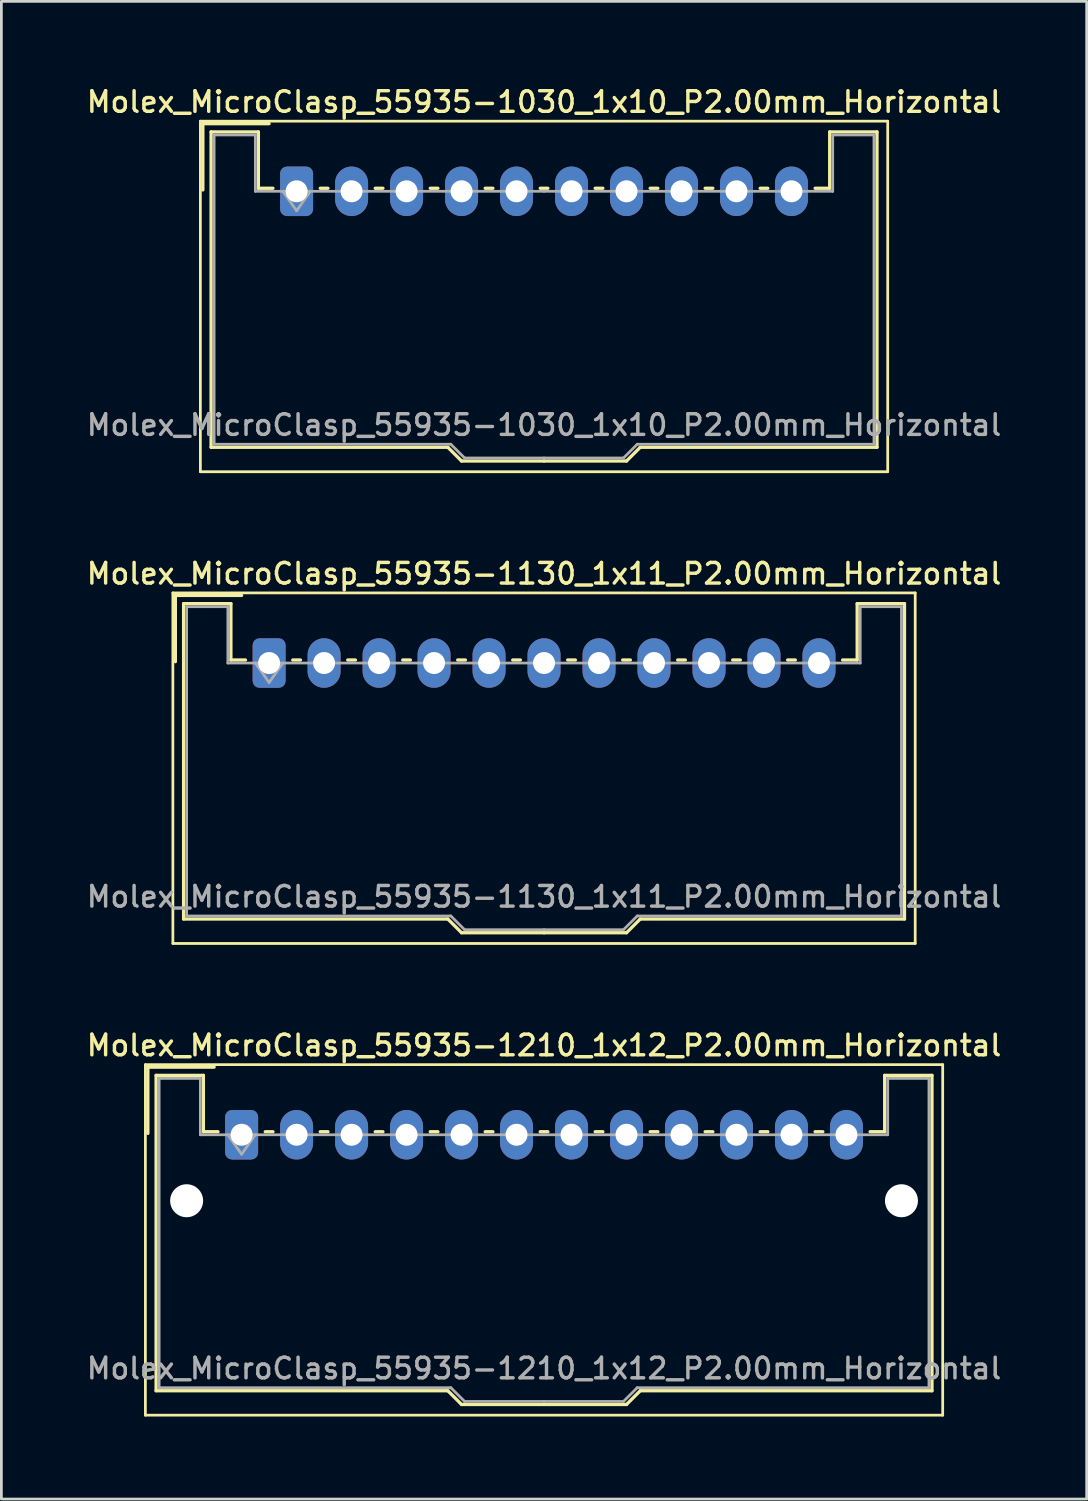
<source format=kicad_pcb>
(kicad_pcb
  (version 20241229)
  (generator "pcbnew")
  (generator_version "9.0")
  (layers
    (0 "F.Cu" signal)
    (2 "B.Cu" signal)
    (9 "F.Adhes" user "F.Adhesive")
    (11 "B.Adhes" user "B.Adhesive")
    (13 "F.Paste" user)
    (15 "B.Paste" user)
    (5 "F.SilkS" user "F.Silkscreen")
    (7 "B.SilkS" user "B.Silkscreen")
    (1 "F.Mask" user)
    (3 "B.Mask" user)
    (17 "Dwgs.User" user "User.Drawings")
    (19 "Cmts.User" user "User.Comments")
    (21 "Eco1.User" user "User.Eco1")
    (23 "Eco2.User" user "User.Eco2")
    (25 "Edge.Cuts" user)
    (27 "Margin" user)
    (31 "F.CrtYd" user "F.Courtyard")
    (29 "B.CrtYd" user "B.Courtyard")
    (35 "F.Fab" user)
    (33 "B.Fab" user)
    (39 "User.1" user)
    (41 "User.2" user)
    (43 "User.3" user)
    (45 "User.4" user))
  (footprint "Molex_MicroClasp_55935-1210_1x12_P2.00mm_Horizontal"
    (layer "F.Cu")
    (at 5.738 38.224)
    (property "Reference" "Molex_MicroClasp_55935-1210_1x12_P2.00mm_Horizontal" (at 11 -3.25 0) (layer "F.SilkS") (effects (font (size 0.75 0.75) (thickness 0.125))))
    (attr through_hole)
    (fp_line (start -3.5 -2.55) (end -3.5 10.2) (stroke (width 0.1) (type solid)) (layer "F.SilkS"))
    (fp_line (start -3.5 10.2) (end 25.5 10.2) (stroke (width 0.1) (type solid)) (layer "F.SilkS"))
    (fp_line (start -3.41 -2.46) (end -1 -2.46) (stroke (width 0.12) (type solid)) (layer "F.SilkS"))
    (fp_line (start -3.41 -0.05) (end -3.41 -2.46) (stroke (width 0.12) (type solid)) (layer "F.SilkS"))
    (fp_line (start -3.11 -2.16) (end -1.39 -2.16) (stroke (width 0.12) (type solid)) (layer "F.SilkS"))
    (fp_line (start -3.11 9.31) (end -3.11 -2.16) (stroke (width 0.12) (type solid)) (layer "F.SilkS"))
    (fp_line (start -1.39 -2.16) (end -1.39 -0.11) (stroke (width 0.12) (type solid)) (layer "F.SilkS"))
    (fp_line (start -1.39 -0.11) (end -0.86 -0.11) (stroke (width 0.12) (type solid)) (layer "F.SilkS"))
    (fp_line (start 0.86 -0.11) (end 1.14 -0.11) (stroke (width 0.12) (type solid)) (layer "F.SilkS"))
    (fp_line (start 2.86 -0.11) (end 3.14 -0.11) (stroke (width 0.12) (type solid)) (layer "F.SilkS"))
    (fp_line (start 4.86 -0.11) (end 5.14 -0.11) (stroke (width 0.12) (type solid)) (layer "F.SilkS"))
    (fp_line (start 6.86 -0.11) (end 7.14 -0.11) (stroke (width 0.12) (type solid)) (layer "F.SilkS"))
    (fp_line (start 7.5 9.31) (end -3.11 9.31) (stroke (width 0.12) (type solid)) (layer "F.SilkS"))
    (fp_line (start 8 9.81) (end 7.5 9.31) (stroke (width 0.12) (type solid)) (layer "F.SilkS"))
    (fp_line (start 8.86 -0.11) (end 9.14 -0.11) (stroke (width 0.12) (type solid)) (layer "F.SilkS"))
    (fp_line (start 10.86 -0.11) (end 11.14 -0.11) (stroke (width 0.12) (type solid)) (layer "F.SilkS"))
    (fp_line (start 11 9.81) (end 8 9.81) (stroke (width 0.12) (type solid)) (layer "F.SilkS"))
    (fp_line (start 11 9.81) (end 14 9.81) (stroke (width 0.12) (type solid)) (layer "F.SilkS"))
    (fp_line (start 12.86 -0.11) (end 13.14 -0.11) (stroke (width 0.12) (type solid)) (layer "F.SilkS"))
    (fp_line (start 14 9.81) (end 14.5 9.31) (stroke (width 0.12) (type solid)) (layer "F.SilkS"))
    (fp_line (start 14.5 9.31) (end 25.11 9.31) (stroke (width 0.12) (type solid)) (layer "F.SilkS"))
    (fp_line (start 14.86 -0.11) (end 15.14 -0.11) (stroke (width 0.12) (type solid)) (layer "F.SilkS"))
    (fp_line (start 16.86 -0.11) (end 17.14 -0.11) (stroke (width 0.12) (type solid)) (layer "F.SilkS"))
    (fp_line (start 18.86 -0.11) (end 19.14 -0.11) (stroke (width 0.12) (type solid)) (layer "F.SilkS"))
    (fp_line (start 20.86 -0.11) (end 21.14 -0.11) (stroke (width 0.12) (type solid)) (layer "F.SilkS"))
    (fp_line (start 23.39 -2.16) (end 23.39 -0.11) (stroke (width 0.12) (type solid)) (layer "F.SilkS"))
    (fp_line (start 23.39 -0.11) (end 22.86 -0.11) (stroke (width 0.12) (type solid)) (layer "F.SilkS"))
    (fp_line (start 25.11 -2.16) (end 23.39 -2.16) (stroke (width 0.12) (type solid)) (layer "F.SilkS"))
    (fp_line (start 25.11 9.31) (end 25.11 -2.16) (stroke (width 0.12) (type solid)) (layer "F.SilkS"))
    (fp_line (start 25.5 -2.55) (end -3.5 -2.55) (stroke (width 0.1) (type solid)) (layer "F.SilkS"))
    (fp_line (start 25.5 10.2) (end 25.5 -2.55) (stroke (width 0.1) (type solid)) (layer "F.SilkS"))
    (fp_line (start -3 -2.05) (end -1.5 -2.05) (stroke (width 0.1) (type solid)) (layer "F.Fab"))
    (fp_line (start -3 9.2) (end -3 -2.05) (stroke (width 0.1) (type solid)) (layer "F.Fab"))
    (fp_line (start -1.5 -2.05) (end -1.5 0) (stroke (width 0.1) (type solid)) (layer "F.Fab"))
    (fp_line (start -1.5 0) (end 11 0) (stroke (width 0.1) (type solid)) (layer "F.Fab"))
    (fp_line (start -0.5 0) (end 0 0.707) (stroke (width 0.1) (type solid)) (layer "F.Fab"))
    (fp_line (start 0 0.707) (end 0.5 0) (stroke (width 0.1) (type solid)) (layer "F.Fab"))
    (fp_line (start 7.61 9.2) (end -3 9.2) (stroke (width 0.1) (type solid)) (layer "F.Fab"))
    (fp_line (start 8.11 9.7) (end 7.61 9.2) (stroke (width 0.1) (type solid)) (layer "F.Fab"))
    (fp_line (start 11 9.7) (end 8.11 9.7) (stroke (width 0.1) (type solid)) (layer "F.Fab"))
    (fp_line (start 11 9.7) (end 13.89 9.7) (stroke (width 0.1) (type solid)) (layer "F.Fab"))
    (fp_line (start 13.89 9.7) (end 14.39 9.2) (stroke (width 0.1) (type solid)) (layer "F.Fab"))
    (fp_line (start 14.39 9.2) (end 25 9.2) (stroke (width 0.1) (type solid)) (layer "F.Fab"))
    (fp_line (start 23.5 -2.05) (end 23.5 0) (stroke (width 0.1) (type solid)) (layer "F.Fab"))
    (fp_line (start 23.5 0) (end 11 0) (stroke (width 0.1) (type solid)) (layer "F.Fab"))
    (fp_line (start 25 -2.05) (end 23.5 -2.05) (stroke (width 0.1) (type solid)) (layer "F.Fab"))
    (fp_line (start 25 9.2) (end 25 -2.05) (stroke (width 0.1) (type solid)) (layer "F.Fab"))
    (fp_text user "${REFERENCE}" (at 11 8.5 0) (layer "F.Fab") (effects (font (size 0.75 0.75) (thickness 0.125))))
    (pad "" np_thru_hole circle (at -2 2.4) (size 1.2 1.2) (drill 1.2) (layers "*.Cu" "*.Mask"))
    (pad "" np_thru_hole circle (at 24 2.4) (size 1.2 1.2) (drill 1.2) (layers "*.Cu" "*.Mask"))
    (pad "1" thru_hole roundrect (at 0 0) (size 1.2 1.8) (drill 0.8) (layers "*.Cu" "*.Mask") (roundrect_rratio 0.208))
    (pad "2" thru_hole oval (at 2 0) (size 1.2 1.8) (drill 0.8) (layers "*.Cu" "*.Mask"))
    (pad "3" thru_hole oval (at 4 0) (size 1.2 1.8) (drill 0.8) (layers "*.Cu" "*.Mask"))
    (pad "4" thru_hole oval (at 6 0) (size 1.2 1.8) (drill 0.8) (layers "*.Cu" "*.Mask"))
    (pad "5" thru_hole oval (at 8 0) (size 1.2 1.8) (drill 0.8) (layers "*.Cu" "*.Mask"))
    (pad "6" thru_hole oval (at 10 0) (size 1.2 1.8) (drill 0.8) (layers "*.Cu" "*.Mask"))
    (pad "7" thru_hole oval (at 12 0) (size 1.2 1.8) (drill 0.8) (layers "*.Cu" "*.Mask"))
    (pad "8" thru_hole oval (at 14 0) (size 1.2 1.8) (drill 0.8) (layers "*.Cu" "*.Mask"))
    (pad "9" thru_hole oval (at 16 0) (size 1.2 1.8) (drill 0.8) (layers "*.Cu" "*.Mask"))
    (pad "10" thru_hole oval (at 18 0) (size 1.2 1.8) (drill 0.8) (layers "*.Cu" "*.Mask"))
    (pad "11" thru_hole oval (at 20 0) (size 1.2 1.8) (drill 0.8) (layers "*.Cu" "*.Mask"))
    (pad "12" thru_hole oval (at 22 0) (size 1.2 1.8) (drill 0.8) (layers "*.Cu" "*.Mask")))
  (footprint "Molex_MicroClasp_55935-1030_1x10_P2.00mm_Horizontal"
    (layer "F.Cu")
    (at 7.738 3.908)
    (property "Reference" "Molex_MicroClasp_55935-1030_1x10_P2.00mm_Horizontal" (at 9 -3.25 0) (layer "F.SilkS") (effects (font (size 0.75 0.75) (thickness 0.125))))
    (attr through_hole)
    (fp_line (start -3.5 -2.55) (end -3.5 10.2) (stroke (width 0.1) (type solid)) (layer "F.SilkS"))
    (fp_line (start -3.5 10.2) (end 21.5 10.2) (stroke (width 0.1) (type solid)) (layer "F.SilkS"))
    (fp_line (start -3.41 -2.46) (end -1 -2.46) (stroke (width 0.12) (type solid)) (layer "F.SilkS"))
    (fp_line (start -3.41 -0.05) (end -3.41 -2.46) (stroke (width 0.12) (type solid)) (layer "F.SilkS"))
    (fp_line (start -3.11 -2.16) (end -1.39 -2.16) (stroke (width 0.12) (type solid)) (layer "F.SilkS"))
    (fp_line (start -3.11 9.31) (end -3.11 -2.16) (stroke (width 0.12) (type solid)) (layer "F.SilkS"))
    (fp_line (start -1.39 -2.16) (end -1.39 -0.11) (stroke (width 0.12) (type solid)) (layer "F.SilkS"))
    (fp_line (start -1.39 -0.11) (end -0.86 -0.11) (stroke (width 0.12) (type solid)) (layer "F.SilkS"))
    (fp_line (start 0.86 -0.11) (end 1.14 -0.11) (stroke (width 0.12) (type solid)) (layer "F.SilkS"))
    (fp_line (start 2.86 -0.11) (end 3.14 -0.11) (stroke (width 0.12) (type solid)) (layer "F.SilkS"))
    (fp_line (start 4.86 -0.11) (end 5.14 -0.11) (stroke (width 0.12) (type solid)) (layer "F.SilkS"))
    (fp_line (start 5.5 9.31) (end -3.11 9.31) (stroke (width 0.12) (type solid)) (layer "F.SilkS"))
    (fp_line (start 6 9.81) (end 5.5 9.31) (stroke (width 0.12) (type solid)) (layer "F.SilkS"))
    (fp_line (start 6.86 -0.11) (end 7.14 -0.11) (stroke (width 0.12) (type solid)) (layer "F.SilkS"))
    (fp_line (start 8.86 -0.11) (end 9.14 -0.11) (stroke (width 0.12) (type solid)) (layer "F.SilkS"))
    (fp_line (start 9 9.81) (end 6 9.81) (stroke (width 0.12) (type solid)) (layer "F.SilkS"))
    (fp_line (start 9 9.81) (end 12 9.81) (stroke (width 0.12) (type solid)) (layer "F.SilkS"))
    (fp_line (start 10.86 -0.11) (end 11.14 -0.11) (stroke (width 0.12) (type solid)) (layer "F.SilkS"))
    (fp_line (start 12 9.81) (end 12.5 9.31) (stroke (width 0.12) (type solid)) (layer "F.SilkS"))
    (fp_line (start 12.5 9.31) (end 21.11 9.31) (stroke (width 0.12) (type solid)) (layer "F.SilkS"))
    (fp_line (start 12.86 -0.11) (end 13.14 -0.11) (stroke (width 0.12) (type solid)) (layer "F.SilkS"))
    (fp_line (start 14.86 -0.11) (end 15.14 -0.11) (stroke (width 0.12) (type solid)) (layer "F.SilkS"))
    (fp_line (start 16.86 -0.11) (end 17.14 -0.11) (stroke (width 0.12) (type solid)) (layer "F.SilkS"))
    (fp_line (start 19.39 -2.16) (end 19.39 -0.11) (stroke (width 0.12) (type solid)) (layer "F.SilkS"))
    (fp_line (start 19.39 -0.11) (end 18.86 -0.11) (stroke (width 0.12) (type solid)) (layer "F.SilkS"))
    (fp_line (start 21.11 -2.16) (end 19.39 -2.16) (stroke (width 0.12) (type solid)) (layer "F.SilkS"))
    (fp_line (start 21.11 9.31) (end 21.11 -2.16) (stroke (width 0.12) (type solid)) (layer "F.SilkS"))
    (fp_line (start 21.5 -2.55) (end -3.5 -2.55) (stroke (width 0.1) (type solid)) (layer "F.SilkS"))
    (fp_line (start 21.5 10.2) (end 21.5 -2.55) (stroke (width 0.1) (type solid)) (layer "F.SilkS"))
    (fp_line (start -3 -2.05) (end -1.5 -2.05) (stroke (width 0.1) (type solid)) (layer "F.Fab"))
    (fp_line (start -3 9.2) (end -3 -2.05) (stroke (width 0.1) (type solid)) (layer "F.Fab"))
    (fp_line (start -1.5 -2.05) (end -1.5 0) (stroke (width 0.1) (type solid)) (layer "F.Fab"))
    (fp_line (start -1.5 0) (end 9 0) (stroke (width 0.1) (type solid)) (layer "F.Fab"))
    (fp_line (start -0.5 0) (end 0 0.707) (stroke (width 0.1) (type solid)) (layer "F.Fab"))
    (fp_line (start 0 0.707) (end 0.5 0) (stroke (width 0.1) (type solid)) (layer "F.Fab"))
    (fp_line (start 5.61 9.2) (end -3 9.2) (stroke (width 0.1) (type solid)) (layer "F.Fab"))
    (fp_line (start 6.11 9.7) (end 5.61 9.2) (stroke (width 0.1) (type solid)) (layer "F.Fab"))
    (fp_line (start 9 9.7) (end 6.11 9.7) (stroke (width 0.1) (type solid)) (layer "F.Fab"))
    (fp_line (start 9 9.7) (end 11.89 9.7) (stroke (width 0.1) (type solid)) (layer "F.Fab"))
    (fp_line (start 11.89 9.7) (end 12.39 9.2) (stroke (width 0.1) (type solid)) (layer "F.Fab"))
    (fp_line (start 12.39 9.2) (end 21 9.2) (stroke (width 0.1) (type solid)) (layer "F.Fab"))
    (fp_line (start 19.5 -2.05) (end 19.5 0) (stroke (width 0.1) (type solid)) (layer "F.Fab"))
    (fp_line (start 19.5 0) (end 9 0) (stroke (width 0.1) (type solid)) (layer "F.Fab"))
    (fp_line (start 21 -2.05) (end 19.5 -2.05) (stroke (width 0.1) (type solid)) (layer "F.Fab"))
    (fp_line (start 21 9.2) (end 21 -2.05) (stroke (width 0.1) (type solid)) (layer "F.Fab"))
    (fp_text user "${REFERENCE}" (at 9 8.5 0) (layer "F.Fab") (effects (font (size 0.75 0.75) (thickness 0.125))))
    (pad "1" thru_hole roundrect (at 0 0) (size 1.2 1.8) (drill 0.8) (layers "*.Cu" "*.Mask") (roundrect_rratio 0.208))
    (pad "2" thru_hole oval (at 2 0) (size 1.2 1.8) (drill 0.8) (layers "*.Cu" "*.Mask"))
    (pad "3" thru_hole oval (at 4 0) (size 1.2 1.8) (drill 0.8) (layers "*.Cu" "*.Mask"))
    (pad "4" thru_hole oval (at 6 0) (size 1.2 1.8) (drill 0.8) (layers "*.Cu" "*.Mask"))
    (pad "5" thru_hole oval (at 8 0) (size 1.2 1.8) (drill 0.8) (layers "*.Cu" "*.Mask"))
    (pad "6" thru_hole oval (at 10 0) (size 1.2 1.8) (drill 0.8) (layers "*.Cu" "*.Mask"))
    (pad "7" thru_hole oval (at 12 0) (size 1.2 1.8) (drill 0.8) (layers "*.Cu" "*.Mask"))
    (pad "8" thru_hole oval (at 14 0) (size 1.2 1.8) (drill 0.8) (layers "*.Cu" "*.Mask"))
    (pad "9" thru_hole oval (at 16 0) (size 1.2 1.8) (drill 0.8) (layers "*.Cu" "*.Mask"))
    (pad "10" thru_hole oval (at 18 0) (size 1.2 1.8) (drill 0.8) (layers "*.Cu" "*.Mask")))
  (footprint "Molex_MicroClasp_55935-1130_1x11_P2.00mm_Horizontal"
    (layer "F.Cu")
    (at 6.738 21.066)
    (property "Reference" "Molex_MicroClasp_55935-1130_1x11_P2.00mm_Horizontal" (at 10 -3.25 0) (layer "F.SilkS") (effects (font (size 0.75 0.75) (thickness 0.125))))
    (attr through_hole)
    (fp_line (start -3.5 -2.55) (end -3.5 10.2) (stroke (width 0.1) (type solid)) (layer "F.SilkS"))
    (fp_line (start -3.5 10.2) (end 23.5 10.2) (stroke (width 0.1) (type solid)) (layer "F.SilkS"))
    (fp_line (start -3.41 -2.46) (end -1 -2.46) (stroke (width 0.12) (type solid)) (layer "F.SilkS"))
    (fp_line (start -3.41 -0.05) (end -3.41 -2.46) (stroke (width 0.12) (type solid)) (layer "F.SilkS"))
    (fp_line (start -3.11 -2.16) (end -1.39 -2.16) (stroke (width 0.12) (type solid)) (layer "F.SilkS"))
    (fp_line (start -3.11 9.31) (end -3.11 -2.16) (stroke (width 0.12) (type solid)) (layer "F.SilkS"))
    (fp_line (start -1.39 -2.16) (end -1.39 -0.11) (stroke (width 0.12) (type solid)) (layer "F.SilkS"))
    (fp_line (start -1.39 -0.11) (end -0.86 -0.11) (stroke (width 0.12) (type solid)) (layer "F.SilkS"))
    (fp_line (start 0.86 -0.11) (end 1.14 -0.11) (stroke (width 0.12) (type solid)) (layer "F.SilkS"))
    (fp_line (start 2.86 -0.11) (end 3.14 -0.11) (stroke (width 0.12) (type solid)) (layer "F.SilkS"))
    (fp_line (start 4.86 -0.11) (end 5.14 -0.11) (stroke (width 0.12) (type solid)) (layer "F.SilkS"))
    (fp_line (start 6.5 9.31) (end -3.11 9.31) (stroke (width 0.12) (type solid)) (layer "F.SilkS"))
    (fp_line (start 6.86 -0.11) (end 7.14 -0.11) (stroke (width 0.12) (type solid)) (layer "F.SilkS"))
    (fp_line (start 7 9.81) (end 6.5 9.31) (stroke (width 0.12) (type solid)) (layer "F.SilkS"))
    (fp_line (start 8.86 -0.11) (end 9.14 -0.11) (stroke (width 0.12) (type solid)) (layer "F.SilkS"))
    (fp_line (start 10 9.81) (end 7 9.81) (stroke (width 0.12) (type solid)) (layer "F.SilkS"))
    (fp_line (start 10 9.81) (end 13 9.81) (stroke (width 0.12) (type solid)) (layer "F.SilkS"))
    (fp_line (start 10.86 -0.11) (end 11.14 -0.11) (stroke (width 0.12) (type solid)) (layer "F.SilkS"))
    (fp_line (start 12.86 -0.11) (end 13.14 -0.11) (stroke (width 0.12) (type solid)) (layer "F.SilkS"))
    (fp_line (start 13 9.81) (end 13.5 9.31) (stroke (width 0.12) (type solid)) (layer "F.SilkS"))
    (fp_line (start 13.5 9.31) (end 23.11 9.31) (stroke (width 0.12) (type solid)) (layer "F.SilkS"))
    (fp_line (start 14.86 -0.11) (end 15.14 -0.11) (stroke (width 0.12) (type solid)) (layer "F.SilkS"))
    (fp_line (start 16.86 -0.11) (end 17.14 -0.11) (stroke (width 0.12) (type solid)) (layer "F.SilkS"))
    (fp_line (start 18.86 -0.11) (end 19.14 -0.11) (stroke (width 0.12) (type solid)) (layer "F.SilkS"))
    (fp_line (start 21.39 -2.16) (end 21.39 -0.11) (stroke (width 0.12) (type solid)) (layer "F.SilkS"))
    (fp_line (start 21.39 -0.11) (end 20.86 -0.11) (stroke (width 0.12) (type solid)) (layer "F.SilkS"))
    (fp_line (start 23.11 -2.16) (end 21.39 -2.16) (stroke (width 0.12) (type solid)) (layer "F.SilkS"))
    (fp_line (start 23.11 9.31) (end 23.11 -2.16) (stroke (width 0.12) (type solid)) (layer "F.SilkS"))
    (fp_line (start 23.5 -2.55) (end -3.5 -2.55) (stroke (width 0.1) (type solid)) (layer "F.SilkS"))
    (fp_line (start 23.5 10.2) (end 23.5 -2.55) (stroke (width 0.1) (type solid)) (layer "F.SilkS"))
    (fp_line (start -3 -2.05) (end -1.5 -2.05) (stroke (width 0.1) (type solid)) (layer "F.Fab"))
    (fp_line (start -3 9.2) (end -3 -2.05) (stroke (width 0.1) (type solid)) (layer "F.Fab"))
    (fp_line (start -1.5 -2.05) (end -1.5 0) (stroke (width 0.1) (type solid)) (layer "F.Fab"))
    (fp_line (start -1.5 0) (end 10 0) (stroke (width 0.1) (type solid)) (layer "F.Fab"))
    (fp_line (start -0.5 0) (end 0 0.707) (stroke (width 0.1) (type solid)) (layer "F.Fab"))
    (fp_line (start 0 0.707) (end 0.5 0) (stroke (width 0.1) (type solid)) (layer "F.Fab"))
    (fp_line (start 6.61 9.2) (end -3 9.2) (stroke (width 0.1) (type solid)) (layer "F.Fab"))
    (fp_line (start 7.11 9.7) (end 6.61 9.2) (stroke (width 0.1) (type solid)) (layer "F.Fab"))
    (fp_line (start 10 9.7) (end 7.11 9.7) (stroke (width 0.1) (type solid)) (layer "F.Fab"))
    (fp_line (start 10 9.7) (end 12.89 9.7) (stroke (width 0.1) (type solid)) (layer "F.Fab"))
    (fp_line (start 12.89 9.7) (end 13.39 9.2) (stroke (width 0.1) (type solid)) (layer "F.Fab"))
    (fp_line (start 13.39 9.2) (end 23 9.2) (stroke (width 0.1) (type solid)) (layer "F.Fab"))
    (fp_line (start 21.5 -2.05) (end 21.5 0) (stroke (width 0.1) (type solid)) (layer "F.Fab"))
    (fp_line (start 21.5 0) (end 10 0) (stroke (width 0.1) (type solid)) (layer "F.Fab"))
    (fp_line (start 23 -2.05) (end 21.5 -2.05) (stroke (width 0.1) (type solid)) (layer "F.Fab"))
    (fp_line (start 23 9.2) (end 23 -2.05) (stroke (width 0.1) (type solid)) (layer "F.Fab"))
    (fp_text user "${REFERENCE}" (at 10 8.5 0) (layer "F.Fab") (effects (font (size 0.75 0.75) (thickness 0.125))))
    (pad "1" thru_hole roundrect (at 0 0) (size 1.2 1.8) (drill 0.8) (layers "*.Cu" "*.Mask") (roundrect_rratio 0.208))
    (pad "2" thru_hole oval (at 2 0) (size 1.2 1.8) (drill 0.8) (layers "*.Cu" "*.Mask"))
    (pad "3" thru_hole oval (at 4 0) (size 1.2 1.8) (drill 0.8) (layers "*.Cu" "*.Mask"))
    (pad "4" thru_hole oval (at 6 0) (size 1.2 1.8) (drill 0.8) (layers "*.Cu" "*.Mask"))
    (pad "5" thru_hole oval (at 8 0) (size 1.2 1.8) (drill 0.8) (layers "*.Cu" "*.Mask"))
    (pad "6" thru_hole oval (at 10 0) (size 1.2 1.8) (drill 0.8) (layers "*.Cu" "*.Mask"))
    (pad "7" thru_hole oval (at 12 0) (size 1.2 1.8) (drill 0.8) (layers "*.Cu" "*.Mask"))
    (pad "8" thru_hole oval (at 14 0) (size 1.2 1.8) (drill 0.8) (layers "*.Cu" "*.Mask"))
    (pad "9" thru_hole oval (at 16 0) (size 1.2 1.8) (drill 0.8) (layers "*.Cu" "*.Mask"))
    (pad "10" thru_hole oval (at 18 0) (size 1.2 1.8) (drill 0.8) (layers "*.Cu" "*.Mask"))
    (pad "11" thru_hole oval (at 20 0) (size 1.2 1.8) (drill 0.8) (layers "*.Cu" "*.Mask")))
  (gr_rect
    (start -3 -3)
    (end 36.475 51.474)
    (stroke (width 0.1) (type default))
    (fill no)
    (layer "Edge.Cuts")))
</source>
